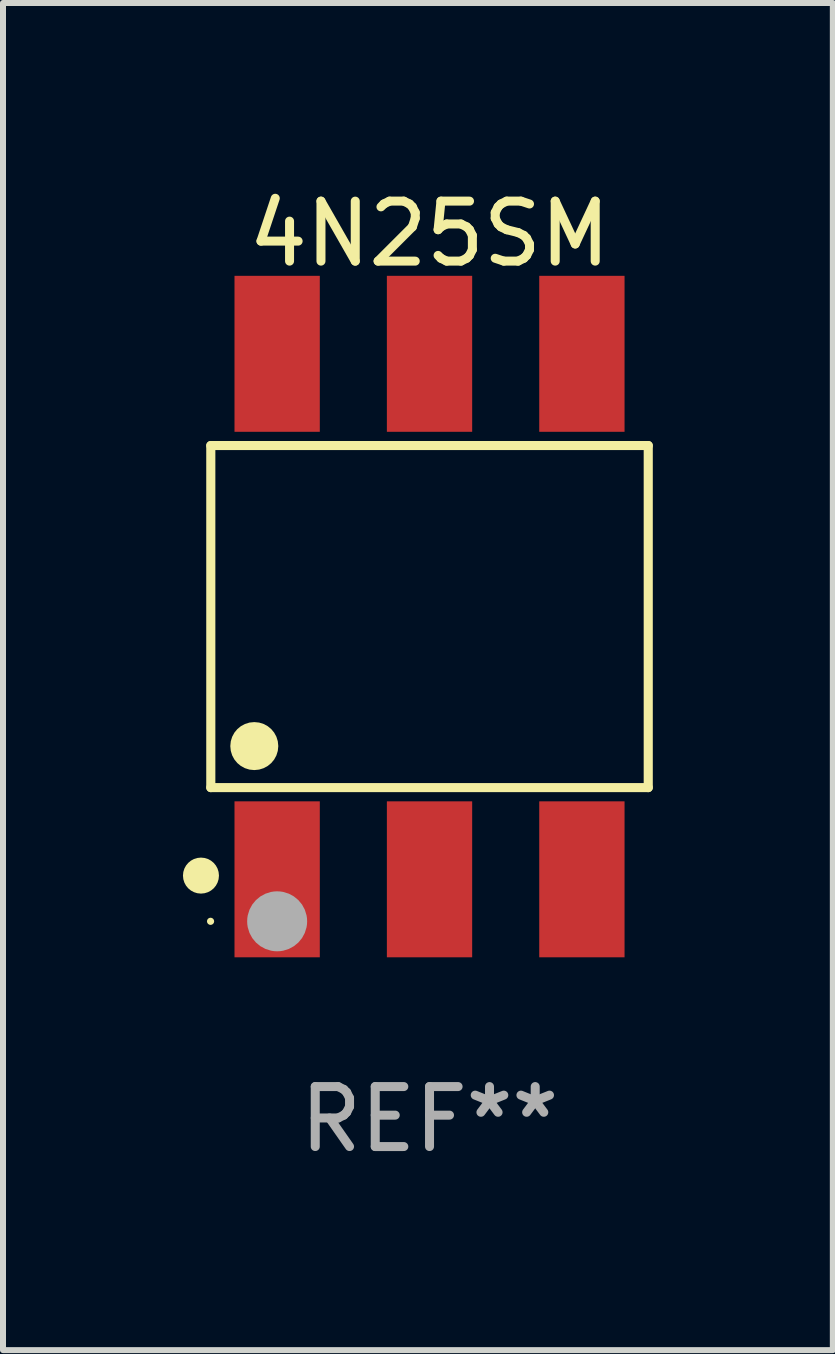
<source format=kicad_pcb>
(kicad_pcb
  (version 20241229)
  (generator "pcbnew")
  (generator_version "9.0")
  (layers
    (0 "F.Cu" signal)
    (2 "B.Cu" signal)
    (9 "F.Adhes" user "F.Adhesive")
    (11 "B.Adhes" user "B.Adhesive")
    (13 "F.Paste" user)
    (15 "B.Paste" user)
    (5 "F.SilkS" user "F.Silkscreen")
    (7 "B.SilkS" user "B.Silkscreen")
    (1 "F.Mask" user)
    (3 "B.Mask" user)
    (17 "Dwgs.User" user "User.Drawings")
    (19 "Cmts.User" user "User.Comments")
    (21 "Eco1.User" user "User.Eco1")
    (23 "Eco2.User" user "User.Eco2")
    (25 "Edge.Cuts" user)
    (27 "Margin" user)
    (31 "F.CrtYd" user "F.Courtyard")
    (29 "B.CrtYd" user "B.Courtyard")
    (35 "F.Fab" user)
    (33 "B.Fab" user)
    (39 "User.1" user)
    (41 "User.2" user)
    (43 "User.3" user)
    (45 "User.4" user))
  (footprint "4N25SM"
    (layer "F.Cu")
    (at 4.11 7.228)
    (property "Reference" "4N25SM" (at 0 -6.38 0) (layer "F.SilkS") (effects (font (size 1 1) (thickness 0.15))))
    (attr through_hole)
    (fp_line (start -3.646 -2.851) (end 3.646 -2.851) (stroke (width 0.152) (type solid)) (layer "F.SilkS"))
    (fp_line (start -3.646 2.851) (end -3.646 -2.851) (stroke (width 0.152) (type solid)) (layer "F.SilkS"))
    (fp_line (start 3.646 -2.851) (end 3.646 2.851) (stroke (width 0.152) (type solid)) (layer "F.SilkS"))
    (fp_line (start 3.646 2.851) (end -3.646 2.851) (stroke (width 0.152) (type solid)) (layer "F.SilkS"))
    (fp_circle (center -3.81 4.318) (end -3.66 4.318) (stroke (width 0.3) (type solid)) (fill no) (layer "F.SilkS"))
    (fp_circle (center -3.65 5.08) (end -3.62 5.08) (stroke (width 0.06) (type solid)) (fill no) (layer "F.SilkS"))
    (fp_circle (center -2.921 2.159) (end -2.721 2.159) (stroke (width 0.4) (type solid)) (fill no) (layer "F.SilkS"))
    (fp_circle (center -2.54 5.08) (end -2.29 5.08) (stroke (width 0.5) (type solid)) (fill no) (layer "F.Fab"))
    (fp_text user "REF**" (at 0 8.38 0) (layer "F.Fab") (effects (font (size 1 1) (thickness 0.15))))
    (pad "1" smd rect (at -2.54 4.38) (size 1.422 2.6) (layers "F.Cu" "F.Mask" "F.Paste"))
    (pad "2" smd rect (at 0 4.38) (size 1.422 2.6) (layers "F.Cu" "F.Mask" "F.Paste"))
    (pad "3" smd rect (at 2.54 4.38) (size 1.422 2.6) (layers "F.Cu" "F.Mask" "F.Paste"))
    (pad "4" smd rect (at 2.54 -4.38) (size 1.422 2.6) (layers "F.Cu" "F.Mask" "F.Paste"))
    (pad "5" smd rect (at 0 -4.38) (size 1.422 2.6) (layers "F.Cu" "F.Mask" "F.Paste"))
    (pad "6" smd rect (at -2.54 -4.38) (size 1.422 2.6) (layers "F.Cu" "F.Mask" "F.Paste")))
  (gr_rect
    (start -3 -3)
    (end 10.833 19.456)
    (stroke (width 0.1) (type default))
    (fill no)
    (layer "Edge.Cuts")))
</source>
